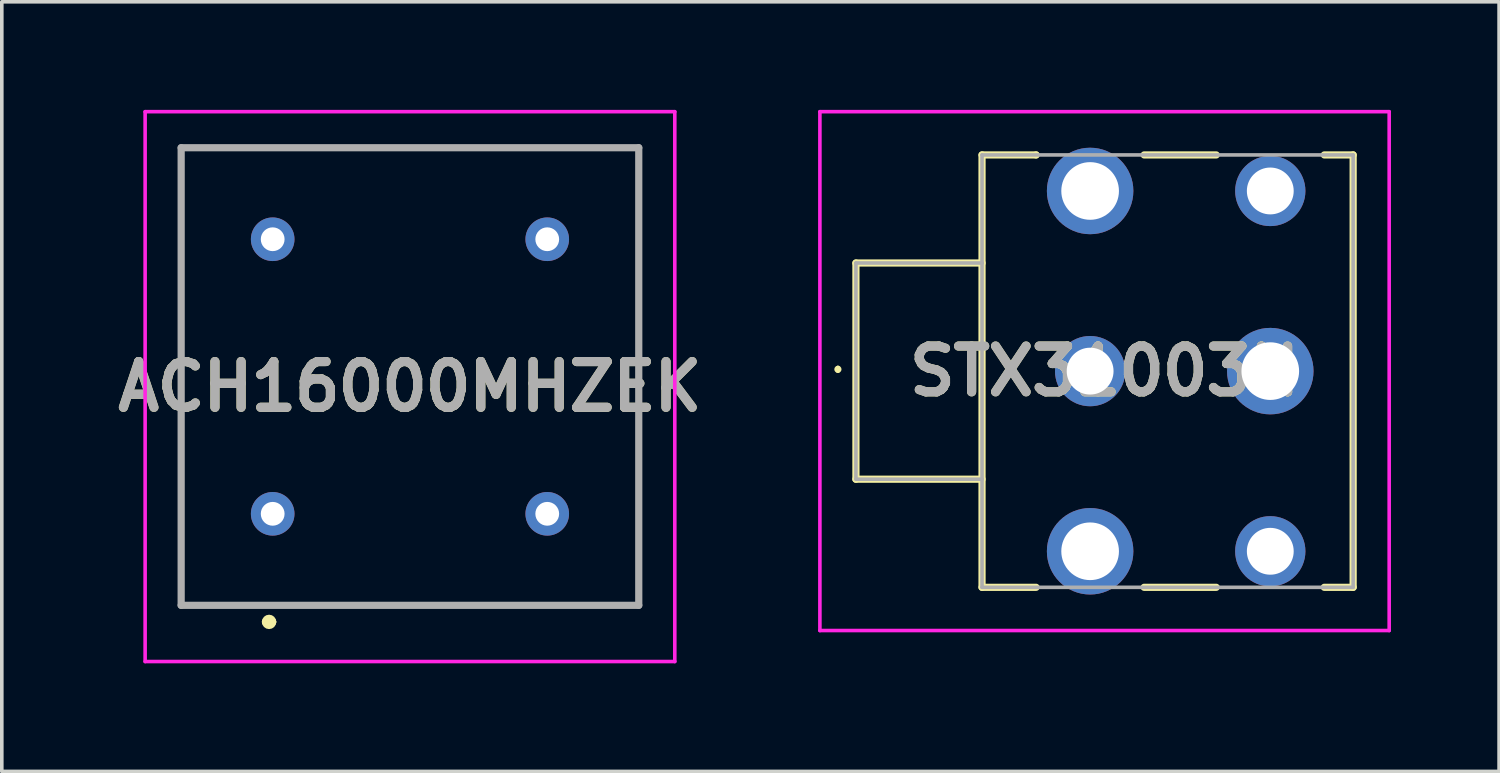
<source format=kicad_pcb>
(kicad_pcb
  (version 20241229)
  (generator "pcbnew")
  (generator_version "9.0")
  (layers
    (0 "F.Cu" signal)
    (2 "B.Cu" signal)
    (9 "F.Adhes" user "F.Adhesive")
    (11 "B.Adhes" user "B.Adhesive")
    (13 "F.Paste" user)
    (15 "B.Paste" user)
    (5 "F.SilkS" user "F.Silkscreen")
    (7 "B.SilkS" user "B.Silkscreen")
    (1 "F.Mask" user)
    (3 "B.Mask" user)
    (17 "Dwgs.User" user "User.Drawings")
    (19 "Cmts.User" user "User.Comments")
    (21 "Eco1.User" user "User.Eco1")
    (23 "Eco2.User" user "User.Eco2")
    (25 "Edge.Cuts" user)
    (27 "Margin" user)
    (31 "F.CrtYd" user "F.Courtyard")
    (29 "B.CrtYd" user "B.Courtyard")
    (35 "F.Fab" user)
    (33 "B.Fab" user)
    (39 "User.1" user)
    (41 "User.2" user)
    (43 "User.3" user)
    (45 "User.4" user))
  (footprint "STX31003N"
    (layer "F.Cu")
    (at 27.205 7.25)
    (property "Reference" "STX31003N" (at 0.4 0 0) (layer "F.SilkS") (effects (font (size 1.27 1.27) (thickness 0.254))))
    (attr through_hole)
    (fp_line (start -7 -0.1) (end -7 -0.1) (stroke (width 0.1) (type solid)) (layer "F.SilkS"))
    (fp_line (start -7 0) (end -7 0) (stroke (width 0.1) (type solid)) (layer "F.SilkS"))
    (fp_line (start -6.5 -3) (end -3 -3) (stroke (width 0.2) (type solid)) (layer "F.SilkS"))
    (fp_line (start -6.5 3) (end -6.5 -3) (stroke (width 0.2) (type solid)) (layer "F.SilkS"))
    (fp_line (start -3 -6) (end -3 6) (stroke (width 0.2) (type solid)) (layer "F.SilkS"))
    (fp_line (start -3 3) (end -6.5 3) (stroke (width 0.2) (type solid)) (layer "F.SilkS"))
    (fp_line (start -3 6) (end -1.5 6) (stroke (width 0.2) (type solid)) (layer "F.SilkS"))
    (fp_line (start -1.5 -6) (end -3 -6) (stroke (width 0.2) (type solid)) (layer "F.SilkS"))
    (fp_line (start -1.5 -6) (end -1.5 -6) (stroke (width 0.2) (type solid)) (layer "F.SilkS"))
    (fp_line (start 1.5 -6) (end 3.5 -6) (stroke (width 0.2) (type solid)) (layer "F.SilkS"))
    (fp_line (start 1.5 6) (end 3.5 6) (stroke (width 0.2) (type solid)) (layer "F.SilkS"))
    (fp_line (start 6.5 -6) (end 7.3 -6) (stroke (width 0.2) (type solid)) (layer "F.SilkS"))
    (fp_line (start 7.3 -6) (end 7.3 6) (stroke (width 0.2) (type solid)) (layer "F.SilkS"))
    (fp_line (start 7.3 6) (end 6.5 6) (stroke (width 0.2) (type solid)) (layer "F.SilkS"))
    (fp_arc (start -7 -0.1) (mid -6.95 -0.05) (end -7 0) (stroke (width 0.1) (type solid)) (layer "F.SilkS"))
    (fp_arc (start -7 0) (mid -7.05 -0.05) (end -7 -0.1) (stroke (width 0.1) (type solid)) (layer "F.SilkS"))
    (fp_line (start -7.5 -7.2) (end 8.3 -7.2) (stroke (width 0.1) (type solid)) (layer "F.CrtYd"))
    (fp_line (start -7.5 7.2) (end -7.5 -7.2) (stroke (width 0.1) (type solid)) (layer "F.CrtYd"))
    (fp_line (start 8.3 -7.2) (end 8.3 7.2) (stroke (width 0.1) (type solid)) (layer "F.CrtYd"))
    (fp_line (start 8.3 7.2) (end -7.5 7.2) (stroke (width 0.1) (type solid)) (layer "F.CrtYd"))
    (fp_line (start -6.5 -3) (end -3 -3) (stroke (width 0.1) (type solid)) (layer "F.Fab"))
    (fp_line (start -6.5 3) (end -6.5 -3) (stroke (width 0.1) (type solid)) (layer "F.Fab"))
    (fp_line (start -3 -6) (end 7.3 -6) (stroke (width 0.1) (type solid)) (layer "F.Fab"))
    (fp_line (start -3 -3) (end -3 -3) (stroke (width 0.1) (type solid)) (layer "F.Fab"))
    (fp_line (start -3 3) (end -6.5 3) (stroke (width 0.1) (type solid)) (layer "F.Fab"))
    (fp_line (start -3 3) (end -3 3) (stroke (width 0.1) (type solid)) (layer "F.Fab"))
    (fp_line (start -3 6) (end -3 -6) (stroke (width 0.1) (type solid)) (layer "F.Fab"))
    (fp_line (start 7.3 -6) (end 7.3 6) (stroke (width 0.1) (type solid)) (layer "F.Fab"))
    (fp_line (start 7.3 6) (end -3 6) (stroke (width 0.1) (type solid)) (layer "F.Fab"))
    (fp_text user "${REFERENCE}" (at 0.4 0 0) (layer "F.Fab") (effects (font (size 1.27 1.27) (thickness 0.254))))
    (pad "1" thru_hole circle (at 0 0) (size 1.95 1.95) (drill 1.3) (layers "*.Cu" "*.Mask"))
    (pad "2" thru_hole circle (at 5 5) (size 1.95 1.95) (drill 1.3) (layers "*.Cu" "*.Mask"))
    (pad "5" thru_hole circle (at 5 -5) (size 1.95 1.95) (drill 1.3) (layers "*.Cu" "*.Mask"))
    (pad "MH1" thru_hole circle (at 0 -5) (size 2.4 2.4) (drill 1.6) (layers "*.Cu" "*.Mask"))
    (pad "MH2" thru_hole circle (at 0 5) (size 2.4 2.4) (drill 1.6) (layers "*.Cu" "*.Mask"))
    (pad "MH3" thru_hole circle (at 5 0) (size 2.4 2.4) (drill 1.6) (layers "*.Cu" "*.Mask")))
  (footprint "ACH16000MHZEK"
    (layer "F.Cu")
    (at 4.518 11.21)
    (property "Reference" "ACH16000MHZEK" (at 3.81 -3.53 0) (layer "F.SilkS") (effects (font (size 1.27 1.27) (thickness 0.254))))
    (attr through_hole)
    (fp_line (start -2.54 -10.16) (end 10.16 -10.16) (stroke (width 0.1) (type solid)) (layer "F.SilkS"))
    (fp_line (start -2.54 2.54) (end -2.54 -10.16) (stroke (width 0.1) (type solid)) (layer "F.SilkS"))
    (fp_line (start -0.2 3) (end -0.2 3) (stroke (width 0.2) (type solid)) (layer "F.SilkS"))
    (fp_line (start 0 3) (end 0 3) (stroke (width 0.2) (type solid)) (layer "F.SilkS"))
    (fp_line (start 10.16 -10.16) (end 10.16 2.54) (stroke (width 0.1) (type solid)) (layer "F.SilkS"))
    (fp_line (start 10.16 2.54) (end -2.54 2.54) (stroke (width 0.1) (type solid)) (layer "F.SilkS"))
    (fp_arc (start -0.2 3) (mid -0.1 2.9) (end 0 3) (stroke (width 0.2) (type solid)) (layer "F.SilkS"))
    (fp_arc (start 0 3) (mid -0.1 3.1) (end -0.2 3) (stroke (width 0.2) (type solid)) (layer "F.SilkS"))
    (fp_line (start -3.54 -11.16) (end 11.16 -11.16) (stroke (width 0.1) (type solid)) (layer "F.CrtYd"))
    (fp_line (start -3.54 4.1) (end -3.54 -11.16) (stroke (width 0.1) (type solid)) (layer "F.CrtYd"))
    (fp_line (start 11.16 -11.16) (end 11.16 4.1) (stroke (width 0.1) (type solid)) (layer "F.CrtYd"))
    (fp_line (start 11.16 4.1) (end -3.54 4.1) (stroke (width 0.1) (type solid)) (layer "F.CrtYd"))
    (fp_line (start -2.54 -10.16) (end 10.16 -10.16) (stroke (width 0.2) (type solid)) (layer "F.Fab"))
    (fp_line (start -2.54 2.54) (end -2.54 -10.16) (stroke (width 0.2) (type solid)) (layer "F.Fab"))
    (fp_line (start 10.16 -10.16) (end 10.16 2.54) (stroke (width 0.2) (type solid)) (layer "F.Fab"))
    (fp_line (start 10.16 2.54) (end -2.54 2.54) (stroke (width 0.2) (type solid)) (layer "F.Fab"))
    (fp_text user "${REFERENCE}" (at 3.81 -3.53 0) (layer "F.Fab") (effects (font (size 1.27 1.27) (thickness 0.254))))
    (pad "1" thru_hole circle (at 0 0) (size 1.21 1.21) (drill 0.66) (layers "*.Cu" "*.Mask"))
    (pad "4" thru_hole circle (at 7.62 0) (size 1.21 1.21) (drill 0.66) (layers "*.Cu" "*.Mask"))
    (pad "5" thru_hole circle (at 7.62 -7.62) (size 1.21 1.21) (drill 0.66) (layers "*.Cu" "*.Mask"))
    (pad "8" thru_hole circle (at 0 -7.62) (size 1.21 1.21) (drill 0.66) (layers "*.Cu" "*.Mask")))
  (gr_rect
    (start -3 -3)
    (end 38.555 18.36)
    (stroke (width 0.1) (type default))
    (fill no)
    (layer "Edge.Cuts")))
</source>
